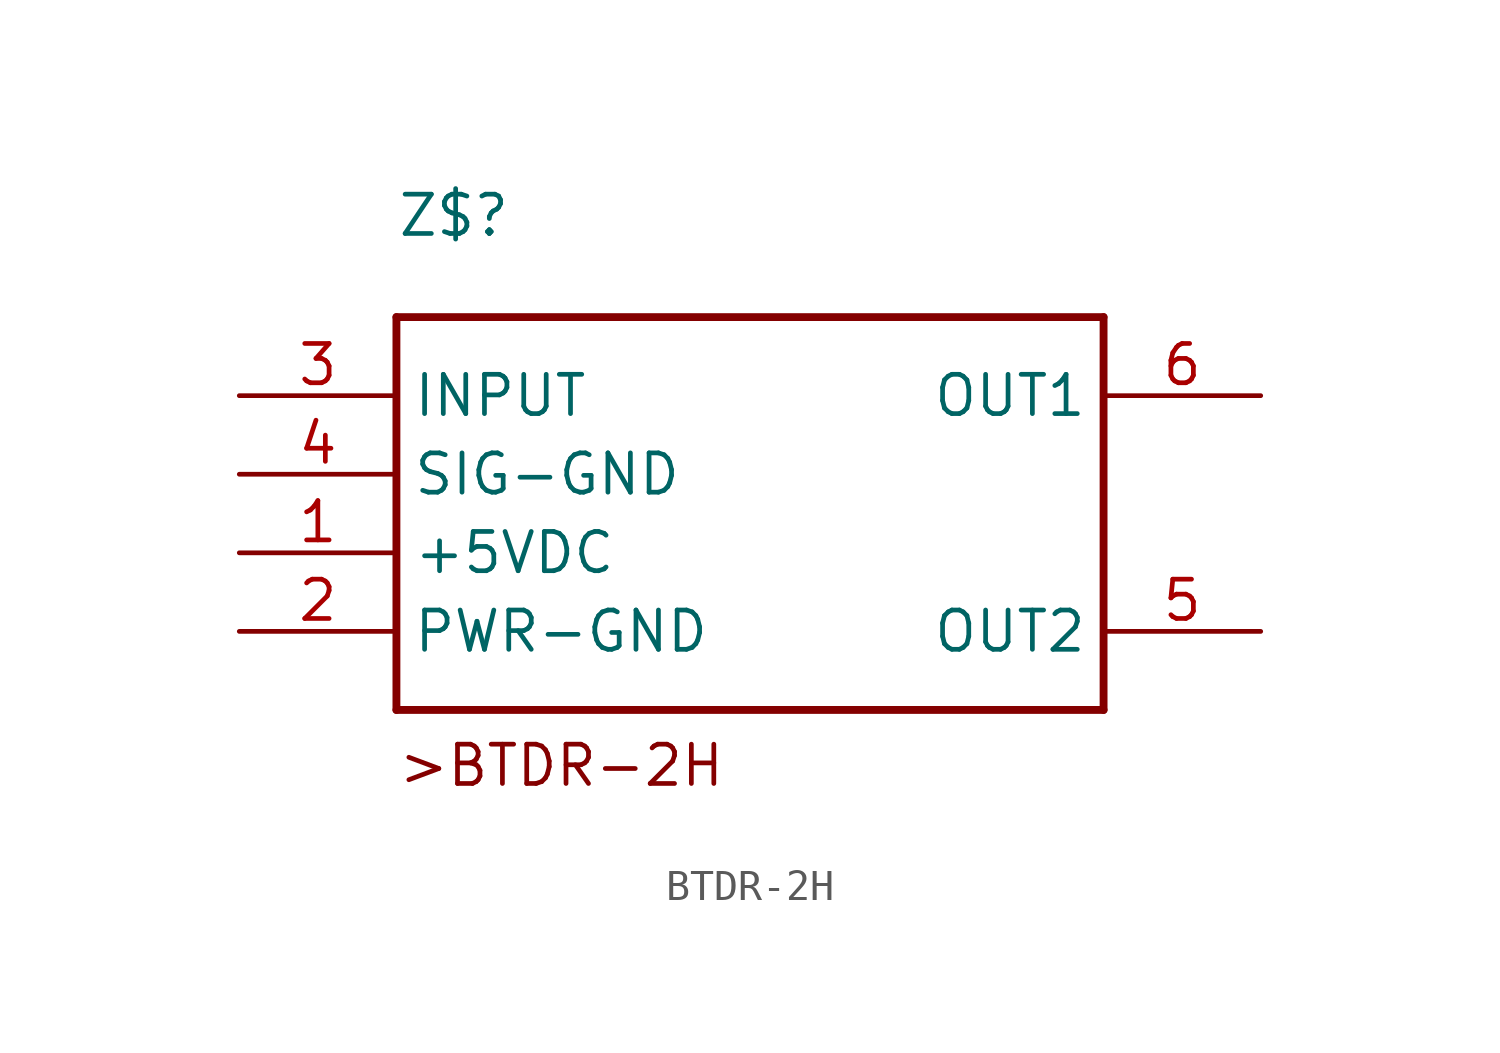
<source format=kicad_sym>
(kicad_symbol_lib
  (version 20211014)
  (generator kicad_symbol_editor)
  (symbol "BTDR-2H"
    (property "Reference" "Z$"
      (at -10.16 10.16 0)
      (effects (font (size 1.27 1.27)) (justify left bottom)))
    (property "ki_locked" ""
      (at 0 0 0)
      (effects (font (size 1.27 1.27))))
    (symbol "BTDR-2H_1_0"
      (polyline (pts (xy -10.16 -5.08) (xy 12.7 -5.08)) (stroke (width 0.254) (type default) (color 0 0 0 0)) (fill (type none)))
      (polyline (pts (xy -10.16 7.62) (xy -10.16 -5.08)) (stroke (width 0.254) (type default) (color 0 0 0 0)) (fill (type none)))
      (polyline (pts (xy 12.7 -5.08) (xy 12.7 7.62)) (stroke (width 0.254) (type default) (color 0 0 0 0)) (fill (type none)))
      (polyline (pts (xy 12.7 7.62) (xy -10.16 7.62)) (stroke (width 0.254) (type default) (color 0 0 0 0)) (fill (type none)))
      (text ">BTDR-2H" (at -10.16 -7.62 0) (effects (font (size 1.27 1.27)) (justify left bottom)))
      (pin bidirectional line (at -15.24 0 0) (length 5.08) (name "+5VDC" (effects (font (size 1.27 1.27)))) (number "1" (effects (font (size 1.27 1.27)))))
      (pin bidirectional line (at -15.24 -2.54 0) (length 5.08) (name "PWR-GND" (effects (font (size 1.27 1.27)))) (number "2" (effects (font (size 1.27 1.27)))))
      (pin bidirectional line (at -15.24 5.08 0) (length 5.08) (name "INPUT" (effects (font (size 1.27 1.27)))) (number "3" (effects (font (size 1.27 1.27)))))
      (pin bidirectional line (at -15.24 2.54 0) (length 5.08) (name "SIG-GND" (effects (font (size 1.27 1.27)))) (number "4" (effects (font (size 1.27 1.27)))))
      (pin bidirectional line (at 17.78 -2.54 180) (length 5.08) (name "OUT2" (effects (font (size 1.27 1.27)))) (number "5" (effects (font (size 1.27 1.27)))))
      (pin bidirectional line (at 17.78 5.08 180) (length 5.08) (name "OUT1" (effects (font (size 1.27 1.27)))) (number "6" (effects (font (size 1.27 1.27))))))))
</source>
